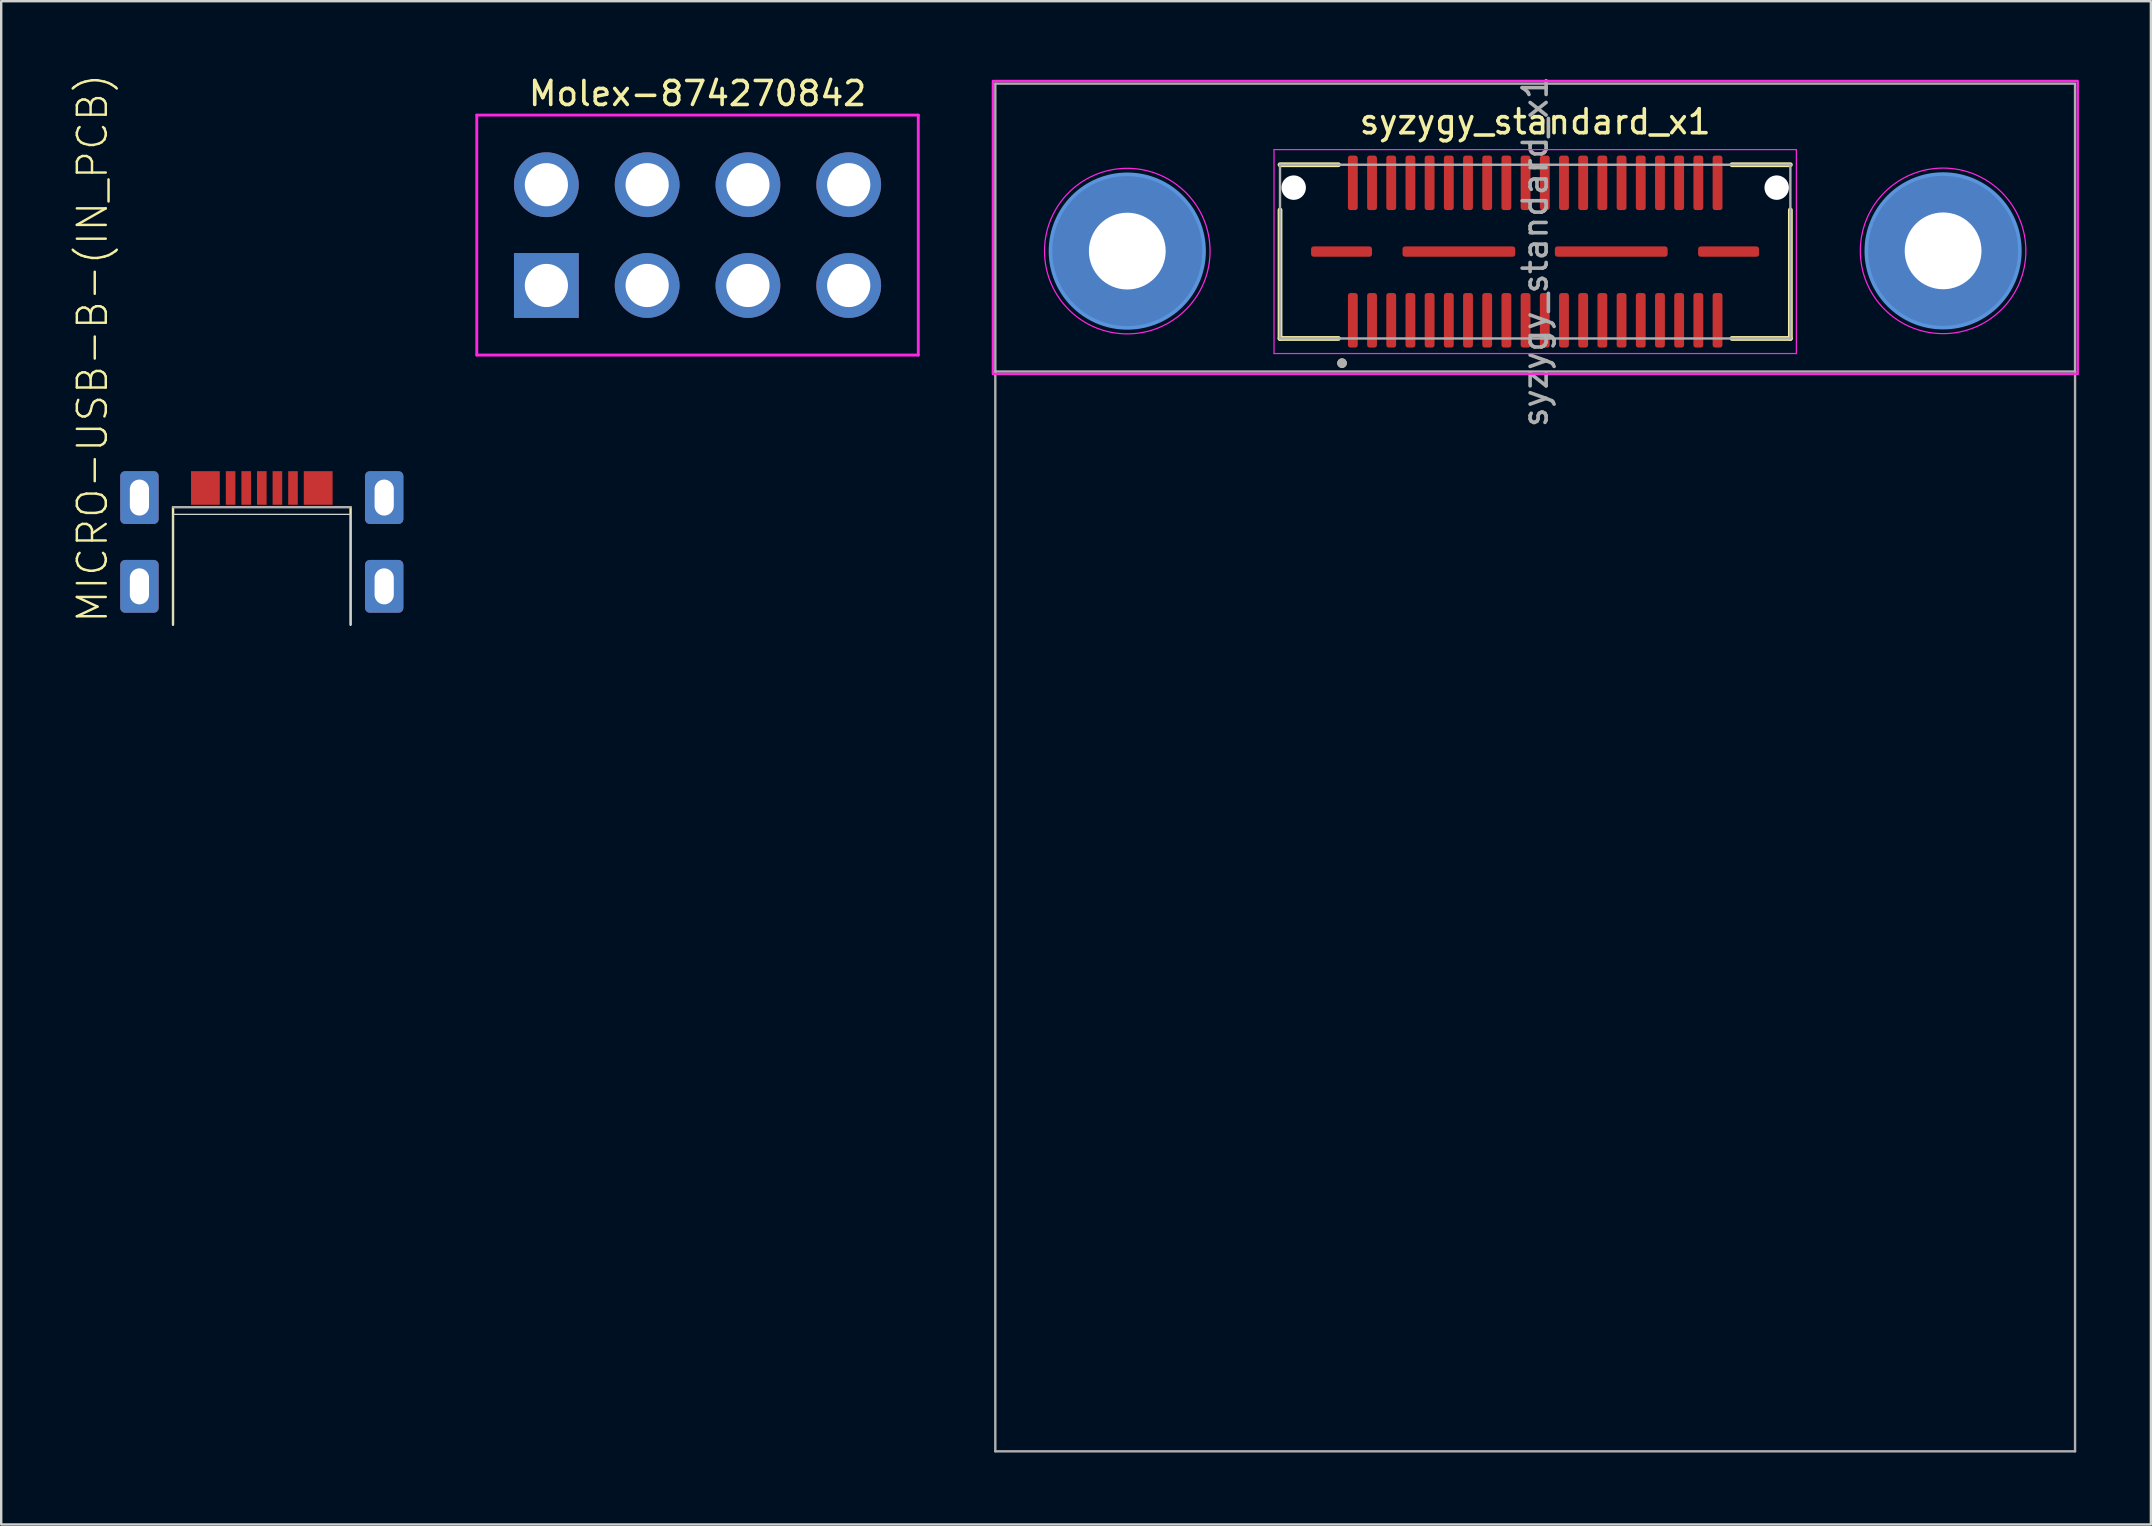
<source format=kicad_pcb>
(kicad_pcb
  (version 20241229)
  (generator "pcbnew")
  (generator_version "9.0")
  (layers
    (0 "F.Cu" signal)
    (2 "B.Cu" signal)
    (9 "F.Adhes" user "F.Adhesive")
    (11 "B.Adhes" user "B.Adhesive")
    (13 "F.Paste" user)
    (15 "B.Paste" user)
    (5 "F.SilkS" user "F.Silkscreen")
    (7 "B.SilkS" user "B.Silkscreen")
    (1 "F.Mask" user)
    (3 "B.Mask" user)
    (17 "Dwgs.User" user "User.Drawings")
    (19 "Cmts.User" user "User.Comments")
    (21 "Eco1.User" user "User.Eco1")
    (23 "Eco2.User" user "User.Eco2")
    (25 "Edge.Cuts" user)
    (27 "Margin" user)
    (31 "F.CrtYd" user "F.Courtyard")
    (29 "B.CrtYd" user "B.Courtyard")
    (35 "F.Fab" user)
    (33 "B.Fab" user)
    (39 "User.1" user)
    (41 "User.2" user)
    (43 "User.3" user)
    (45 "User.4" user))
  (footprint "syzygy_standard_x1"
    (layer "F.Cu")
    (at 60.931 7.435)
    (property "Reference" "syzygy_standard_x1" (at 0 -5.41 0) (unlocked yes) (layer "F.SilkS") (effects (font (size 1 1) (thickness 0.15))))
    (attr smd)
    (fp_line (start -10.635 -1.735) (end -10.635 3.62) (stroke (width 0.2) (type solid)) (layer "F.SilkS"))
    (fp_line (start -10.635 3.62) (end -8.2 3.62) (stroke (width 0.2) (type solid)) (layer "F.SilkS"))
    (fp_line (start -8.2 -3.62) (end -10.635 -3.62) (stroke (width 0.2) (type solid)) (layer "F.SilkS"))
    (fp_line (start 8.2 -3.62) (end 10.635 -3.62) (stroke (width 0.2) (type solid)) (layer "F.SilkS"))
    (fp_line (start 10.635 -1.735) (end 10.635 3.62) (stroke (width 0.2) (type solid)) (layer "F.SilkS"))
    (fp_line (start 10.635 3.62) (end 8.2 3.62) (stroke (width 0.2) (type solid)) (layer "F.SilkS"))
    (fp_circle (center -8.05 4.65) (end -7.95 4.65) (stroke (width 0.2) (type solid)) (fill no) (layer "F.SilkS"))
    (fp_circle (center -17 -0.02) (end -13.8 -0.02) (stroke (width 0.15) (type solid)) (fill no) (layer "Cmts.User"))
    (fp_circle (center 17 -0.03) (end 20.2 -0.03) (stroke (width 0.15) (type solid)) (fill no) (layer "Cmts.User"))
    (fp_line (start -10.885 -4.25) (end 10.885 -4.25) (stroke (width 0.05) (type solid)) (layer "F.CrtYd"))
    (fp_line (start -10.885 4.25) (end -10.885 -4.25) (stroke (width 0.05) (type solid)) (layer "F.CrtYd"))
    (fp_line (start 10.885 -4.25) (end 10.885 4.25) (stroke (width 0.05) (type solid)) (layer "F.CrtYd"))
    (fp_line (start 10.885 4.25) (end -10.885 4.25) (stroke (width 0.05) (type solid)) (layer "F.CrtYd"))
    (fp_rect (start -22.6 5.1) (end 22.61 -7.11) (stroke (width 0.1) (type solid)) (fill no) (layer "F.CrtYd"))
    (fp_circle (center -17 -0.02) (end -13.55 -0.02) (stroke (width 0.05) (type solid)) (fill no) (layer "F.CrtYd"))
    (fp_circle (center 17 -0.03) (end 20.45 -0.03) (stroke (width 0.05) (type solid)) (fill no) (layer "F.CrtYd"))
    (fp_line (start -22.5 -7) (end -22.5 5) (stroke (width 0.1) (type solid)) (layer "F.Fab"))
    (fp_line (start -22.5 -7) (end 22.5 -7) (stroke (width 0.1) (type solid)) (layer "F.Fab"))
    (fp_line (start -22.5 5) (end -22.5 50) (stroke (width 0.1) (type solid)) (layer "F.Fab"))
    (fp_line (start -22.5 5) (end 22.5 5) (stroke (width 0.1) (type solid)) (layer "F.Fab"))
    (fp_line (start -22.5 50) (end 22.5 50) (stroke (width 0.1) (type solid)) (layer "F.Fab"))
    (fp_line (start -10.635 -3.62) (end 10.635 -3.62) (stroke (width 0.1) (type solid)) (layer "F.Fab"))
    (fp_line (start -10.635 3.62) (end -10.635 -3.62) (stroke (width 0.1) (type solid)) (layer "F.Fab"))
    (fp_line (start 10.635 -3.62) (end 10.635 3.62) (stroke (width 0.1) (type solid)) (layer "F.Fab"))
    (fp_line (start 10.635 3.62) (end -10.635 3.62) (stroke (width 0.1) (type solid)) (layer "F.Fab"))
    (fp_line (start 22.5 5) (end 22.5 -6.99) (stroke (width 0.1) (type solid)) (layer "F.Fab"))
    (fp_line (start 22.5 5) (end 22.5 50) (stroke (width 0.1) (type solid)) (layer "F.Fab"))
    (fp_circle (center -8.05 4.65) (end -7.95 4.65) (stroke (width 0.2) (type solid)) (fill no) (layer "F.Fab"))
    (fp_text user "${REFERENCE}" (at 0 0 90) (unlocked yes) (layer "F.Fab") (effects (font (size 1 1) (thickness 0.15))))
    (pad "" np_thru_hole circle (at -10.065 -2.665) (size 1.02 1.02) (drill 1.02) (layers "*.Cu" "*.Mask"))
    (pad "" np_thru_hole circle (at 10.065 -2.665) (size 1.02 1.02) (drill 1.02) (layers "*.Cu" "*.Mask"))
    (pad "01" smd roundrect (at -7.6 2.865) (size 0.41 2.27) (layers "F.Cu" "F.Mask" "F.Paste") (roundrect_rratio 0.25))
    (pad "02" smd roundrect (at -7.6 -2.865) (size 0.41 2.27) (layers "F.Cu" "F.Mask" "F.Paste") (roundrect_rratio 0.25))
    (pad "03" smd roundrect (at -6.8 2.865) (size 0.41 2.27) (layers "F.Cu" "F.Mask" "F.Paste") (roundrect_rratio 0.25))
    (pad "04" smd roundrect (at -6.8 -2.865) (size 0.41 2.27) (layers "F.Cu" "F.Mask" "F.Paste") (roundrect_rratio 0.25))
    (pad "05" smd roundrect (at -6 2.865) (size 0.41 2.27) (layers "F.Cu" "F.Mask" "F.Paste") (roundrect_rratio 0.25))
    (pad "06" smd roundrect (at -6 -2.865) (size 0.41 2.27) (layers "F.Cu" "F.Mask" "F.Paste") (roundrect_rratio 0.25))
    (pad "07" smd roundrect (at -5.2 2.865) (size 0.41 2.27) (layers "F.Cu" "F.Mask" "F.Paste") (roundrect_rratio 0.25))
    (pad "08" smd roundrect (at -5.2 -2.865) (size 0.41 2.27) (layers "F.Cu" "F.Mask" "F.Paste") (roundrect_rratio 0.25))
    (pad "09" smd roundrect (at -4.4 2.865) (size 0.41 2.27) (layers "F.Cu" "F.Mask" "F.Paste") (roundrect_rratio 0.25))
    (pad "10" smd roundrect (at -4.4 -2.865) (size 0.41 2.27) (layers "F.Cu" "F.Mask" "F.Paste") (roundrect_rratio 0.25))
    (pad "11" smd roundrect (at -3.6 2.865) (size 0.41 2.27) (layers "F.Cu" "F.Mask" "F.Paste") (roundrect_rratio 0.25))
    (pad "12" smd roundrect (at -3.6 -2.865) (size 0.41 2.27) (layers "F.Cu" "F.Mask" "F.Paste") (roundrect_rratio 0.25))
    (pad "13" smd roundrect (at -2.8 2.865) (size 0.41 2.27) (layers "F.Cu" "F.Mask" "F.Paste") (roundrect_rratio 0.25))
    (pad "14" smd roundrect (at -2.8 -2.865) (size 0.41 2.27) (layers "F.Cu" "F.Mask" "F.Paste") (roundrect_rratio 0.25))
    (pad "15" smd roundrect (at -2 2.865) (size 0.41 2.27) (layers "F.Cu" "F.Mask" "F.Paste") (roundrect_rratio 0.25))
    (pad "16" smd roundrect (at -2 -2.865) (size 0.41 2.27) (layers "F.Cu" "F.Mask" "F.Paste") (roundrect_rratio 0.25))
    (pad "17" smd roundrect (at -1.2 2.865) (size 0.41 2.27) (layers "F.Cu" "F.Mask" "F.Paste") (roundrect_rratio 0.25))
    (pad "18" smd roundrect (at -1.2 -2.865) (size 0.41 2.27) (layers "F.Cu" "F.Mask" "F.Paste") (roundrect_rratio 0.25))
    (pad "19" smd roundrect (at -0.4 2.865) (size 0.41 2.27) (layers "F.Cu" "F.Mask" "F.Paste") (roundrect_rratio 0.25))
    (pad "20" smd roundrect (at -0.4 -2.865) (size 0.41 2.27) (layers "F.Cu" "F.Mask" "F.Paste") (roundrect_rratio 0.25))
    (pad "21" smd roundrect (at 0.4 2.865) (size 0.41 2.27) (layers "F.Cu" "F.Mask" "F.Paste") (roundrect_rratio 0.25))
    (pad "22" smd roundrect (at 0.4 -2.865) (size 0.41 2.27) (layers "F.Cu" "F.Mask" "F.Paste") (roundrect_rratio 0.25))
    (pad "23" smd roundrect (at 1.2 2.865) (size 0.41 2.27) (layers "F.Cu" "F.Mask" "F.Paste") (roundrect_rratio 0.25))
    (pad "24" smd roundrect (at 1.2 -2.865) (size 0.41 2.27) (layers "F.Cu" "F.Mask" "F.Paste") (roundrect_rratio 0.25))
    (pad "25" smd roundrect (at 2 2.865) (size 0.41 2.27) (layers "F.Cu" "F.Mask" "F.Paste") (roundrect_rratio 0.25))
    (pad "26" smd roundrect (at 2 -2.865) (size 0.41 2.27) (layers "F.Cu" "F.Mask" "F.Paste") (roundrect_rratio 0.25))
    (pad "27" smd roundrect (at 2.8 2.865) (size 0.41 2.27) (layers "F.Cu" "F.Mask" "F.Paste") (roundrect_rratio 0.25))
    (pad "28" smd roundrect (at 2.8 -2.865) (size 0.41 2.27) (layers "F.Cu" "F.Mask" "F.Paste") (roundrect_rratio 0.25))
    (pad "29" smd roundrect (at 3.6 2.865) (size 0.41 2.27) (layers "F.Cu" "F.Mask" "F.Paste") (roundrect_rratio 0.25))
    (pad "30" smd roundrect (at 3.6 -2.865) (size 0.41 2.27) (layers "F.Cu" "F.Mask" "F.Paste") (roundrect_rratio 0.25))
    (pad "31" smd roundrect (at 4.4 2.865) (size 0.41 2.27) (layers "F.Cu" "F.Mask" "F.Paste") (roundrect_rratio 0.25))
    (pad "32" smd roundrect (at 4.4 -2.865) (size 0.41 2.27) (layers "F.Cu" "F.Mask" "F.Paste") (roundrect_rratio 0.25))
    (pad "33" smd roundrect (at 5.2 2.865) (size 0.41 2.27) (layers "F.Cu" "F.Mask" "F.Paste") (roundrect_rratio 0.25))
    (pad "34" smd roundrect (at 5.2 -2.865) (size 0.41 2.27) (layers "F.Cu" "F.Mask" "F.Paste") (roundrect_rratio 0.25))
    (pad "35" smd roundrect (at 6 2.865) (size 0.41 2.27) (layers "F.Cu" "F.Mask" "F.Paste") (roundrect_rratio 0.25))
    (pad "36" smd roundrect (at 6 -2.865) (size 0.41 2.27) (layers "F.Cu" "F.Mask" "F.Paste") (roundrect_rratio 0.25))
    (pad "37" smd roundrect (at 6.8 2.865) (size 0.41 2.27) (layers "F.Cu" "F.Mask" "F.Paste") (roundrect_rratio 0.25))
    (pad "38" smd roundrect (at 6.8 -2.865) (size 0.41 2.27) (layers "F.Cu" "F.Mask" "F.Paste") (roundrect_rratio 0.25))
    (pad "39" smd roundrect (at 7.6 2.865) (size 0.41 2.27) (layers "F.Cu" "F.Mask" "F.Paste") (roundrect_rratio 0.25))
    (pad "40" smd roundrect (at 7.6 -2.865) (size 0.41 2.27) (layers "F.Cu" "F.Mask" "F.Paste") (roundrect_rratio 0.25))
    (pad "G1" smd roundrect (at -8.07 0) (size 2.54 0.43) (layers "F.Cu" "F.Mask" "F.Paste") (roundrect_rratio 0.25))
    (pad "G2" smd roundrect (at -3.18 0) (size 4.7 0.43) (layers "F.Cu" "F.Mask" "F.Paste") (roundrect_rratio 0.25))
    (pad "G3" smd roundrect (at 3.17 0) (size 4.7 0.43) (layers "F.Cu" "F.Mask" "F.Paste") (roundrect_rratio 0.25))
    (pad "G4" smd roundrect (at 8.06 0) (size 2.54 0.43) (layers "F.Cu" "F.Mask" "F.Paste") (roundrect_rratio 0.25))
    (pad "GH" thru_hole circle (at -17 -0.02) (size 6.4 6.4) (drill 3.2) (layers "*.Cu" "*.Mask"))
    (pad "GH" thru_hole circle (at 17 -0.03) (size 6.4 6.4) (drill 3.2) (layers "*.Cu" "*.Mask")))
  (footprint "Molex-874270842"
    (layer "F.Cu")
    (at 26.021 6.748)
    (property "Reference" "Molex-874270842" (at 0 -5.9 0) (unlocked yes) (layer "F.SilkS") (effects (font (size 1 1) (thickness 0.15))))
    (fp_line (start -9.2 -5) (end 9.2 -5) (stroke (width 0.12) (type solid)) (layer "F.CrtYd"))
    (fp_line (start -9.2 5) (end -9.2 -5) (stroke (width 0.12) (type solid)) (layer "F.CrtYd"))
    (fp_line (start 9.2 -5) (end 9.2 5) (stroke (width 0.12) (type solid)) (layer "F.CrtYd"))
    (fp_line (start 9.2 5) (end -9.2 5) (stroke (width 0.12) (type solid)) (layer "F.CrtYd"))
    (pad "1" thru_hole rect (at -6.3 2.1) (size 2.7 2.7) (drill 1.8) (layers "*.Cu" "*.Mask"))
    (pad "2" thru_hole circle (at -2.1 2.1) (size 2.7 2.7) (drill 1.8) (layers "*.Cu" "*.Mask"))
    (pad "3" thru_hole circle (at 2.1 2.1) (size 2.7 2.7) (drill 1.8) (layers "*.Cu" "*.Mask"))
    (pad "4" thru_hole circle (at 6.3 2.1) (size 2.7 2.7) (drill 1.8) (layers "*.Cu" "*.Mask"))
    (pad "5" thru_hole circle (at -6.3 -2.1) (size 2.7 2.7) (drill 1.8) (layers "*.Cu" "*.Mask"))
    (pad "6" thru_hole circle (at -2.1 -2.1) (size 2.7 2.7) (drill 1.8) (layers "*.Cu" "*.Mask"))
    (pad "7" thru_hole circle (at 2.1 -2.1) (size 2.7 2.7) (drill 1.8) (layers "*.Cu" "*.Mask"))
    (pad "8" thru_hole circle (at 6.3 -2.1) (size 2.7 2.7) (drill 1.8) (layers "*.Cu" "*.Mask")))
  (footprint "MICRO-USB-B-(IN_PCB)"
    (layer "F.Cu")
    (at 7.861 22.987)
    (property "Reference" "MICRO-USB-B-(IN_PCB)" (at -6.35 0 90) (layer "F.SilkS") (effects (font (size 1.206 1.206) (thickness 0.102)) (justify left bottom)))
    (attr through_hole)
    (fp_poly (pts (xy -3 -4.95) (xy -1.7 -4.95) (xy -1.7 -6.45) (xy -3 -6.45)) (stroke (width 0) (type solid)) (fill yes) (layer "F.Mask"))
    (fp_poly (pts (xy -1.55 -4.95) (xy -1.05 -4.95) (xy -1.05 -6.45) (xy -1.55 -6.45)) (stroke (width 0) (type solid)) (fill yes) (layer "F.Mask"))
    (fp_poly (pts (xy -0.9 -4.95) (xy -0.4 -4.95) (xy -0.4 -6.45) (xy -0.9 -6.45)) (stroke (width 0) (type solid)) (fill yes) (layer "F.Mask"))
    (fp_poly (pts (xy -0.25 -4.95) (xy 0.25 -4.95) (xy 0.25 -6.45) (xy -0.25 -6.45)) (stroke (width 0) (type solid)) (fill yes) (layer "F.Mask"))
    (fp_poly (pts (xy 0.4 -4.95) (xy 0.9 -4.95) (xy 0.9 -6.45) (xy 0.4 -6.45)) (stroke (width 0) (type solid)) (fill yes) (layer "F.Mask"))
    (fp_poly (pts (xy 1.05 -4.95) (xy 1.55 -4.95) (xy 1.55 -6.45) (xy 1.05 -6.45)) (stroke (width 0) (type solid)) (fill yes) (layer "F.Mask"))
    (fp_poly (pts (xy 1.7 -4.95) (xy 3 -4.95) (xy 3 -6.45) (xy 1.7 -6.45)) (stroke (width 0) (type solid)) (fill yes) (layer "F.Mask"))
    (fp_line (start -3.7 0) (end -3.7 -4.9) (stroke (width 0.1) (type solid)) (layer "F.SilkS"))
    (fp_line (start 3.7 -4.9) (end 3.7 0) (stroke (width 0.1) (type solid)) (layer "F.SilkS"))
    (fp_line (start -3.7 -4.6) (end 3.7 -4.6) (stroke (width 0.05) (type solid)) (layer "Edge.Cuts"))
    (fp_line (start -3.7 0) (end -3.7 -4.6) (stroke (width 0.05) (type solid)) (layer "Edge.Cuts"))
    (fp_line (start 3.7 -4.6) (end 3.7 0) (stroke (width 0.05) (type solid)) (layer "Edge.Cuts"))
    (fp_line (start -3.7 -4.9) (end 3.7 -4.9) (stroke (width 0.1) (type solid)) (layer "F.Fab"))
    (pad "1" smd rect (at -1.3 -5.7 90) (size 1.4 0.4) (layers "F.Cu" "F.Mask" "F.Paste"))
    (pad "2" smd rect (at -0.65 -5.7 90) (size 1.4 0.4) (layers "F.Cu" "F.Mask" "F.Paste"))
    (pad "3" smd rect (at 0 -5.7 90) (size 1.4 0.4) (layers "F.Cu" "F.Mask" "F.Paste"))
    (pad "4" smd rect (at 0.65 -5.7 90) (size 1.4 0.4) (layers "F.Cu" "F.Mask" "F.Paste"))
    (pad "5" smd rect (at 1.3 -5.7 90) (size 1.4 0.4) (layers "F.Cu" "F.Mask" "F.Paste"))
    (pad "6" thru_hole roundrect (at -5.1 -5.3) (size 1.6 2.2) (drill oval 0.8 1.5) (layers "*.Cu" "*.Paste" "*.Mask") (roundrect_rratio 0.125))
    (pad "6" thru_hole roundrect (at -5.1 -1.6) (size 1.6 2.2) (drill oval 0.8 1.5) (layers "*.Cu" "*.Paste" "*.Mask") (roundrect_rratio 0.125))
    (pad "6" smd rect (at -2.35 -5.7 90) (size 1.4 1.2) (layers "F.Cu" "F.Mask" "F.Paste"))
    (pad "6" smd rect (at 2.35 -5.7 90) (size 1.4 1.2) (layers "F.Cu" "F.Mask" "F.Paste"))
    (pad "6" thru_hole roundrect (at 5.1 -5.3) (size 1.6 2.2) (drill oval 0.8 1.5) (layers "*.Cu" "*.Paste" "*.Mask") (roundrect_rratio 0.125))
    (pad "6" thru_hole roundrect (at 5.1 -1.6) (size 1.6 2.2) (drill oval 0.8 1.5) (layers "*.Cu" "*.Paste" "*.Mask") (roundrect_rratio 0.125)))
  (gr_rect
    (start -3 -3)
    (end 86.591 60.485)
    (stroke (width 0.1) (type default))
    (fill no)
    (layer "Edge.Cuts")))
</source>
